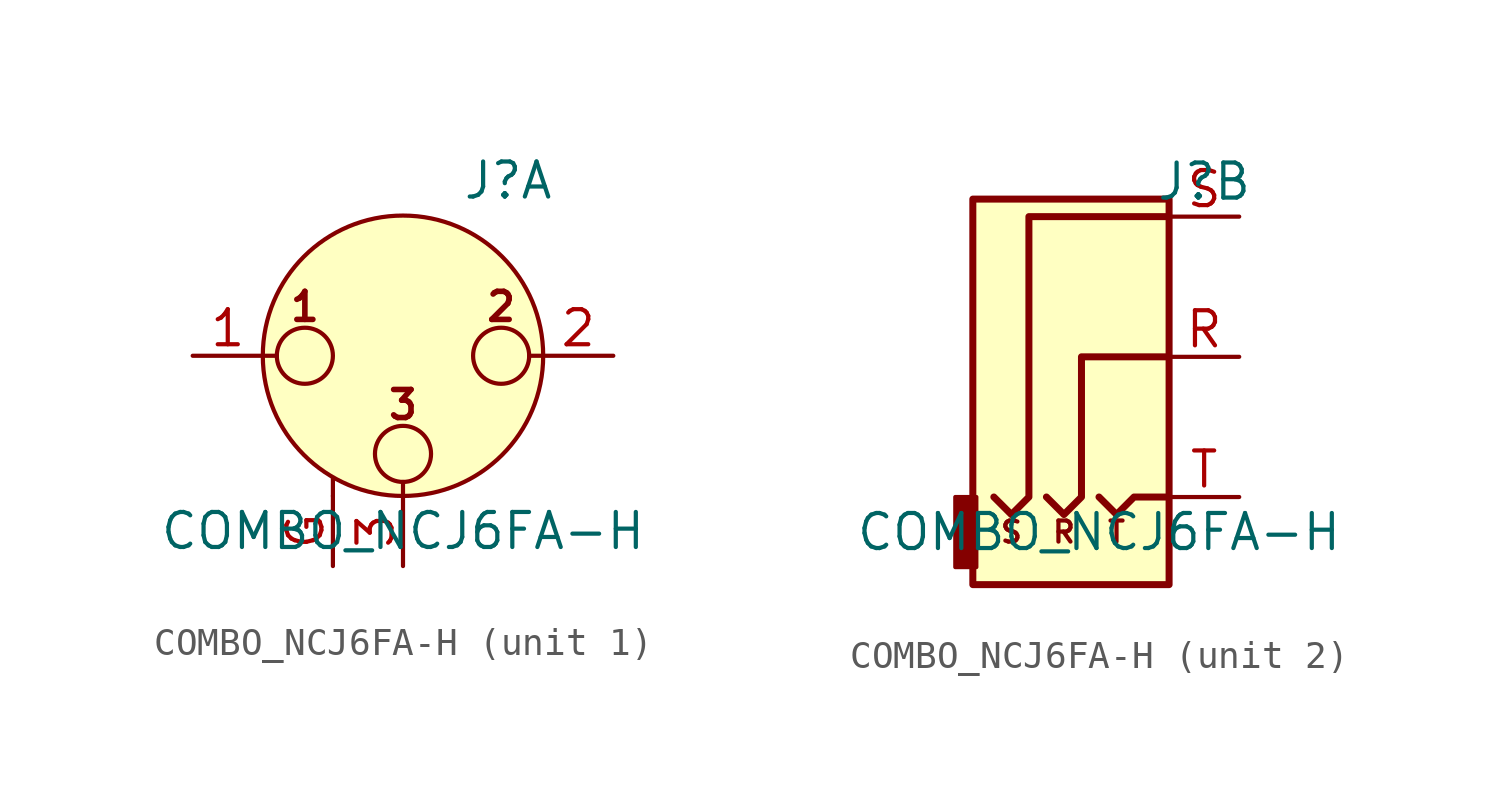
<source format=kicad_sym>
(kicad_symbol_lib
  (version 20241209)
  (generator "kicad_symbol_editor")
  (generator_version "9.0")
  (symbol "COMBO_NCJ6FA-H"
    (pin_names
      (hide yes))
    (property "Reference" "J"
      (at 3.81 6.35 0)
      (effects (font (size 1.27 1.27))))
    (property "Value" "COMBO_NCJ6FA-H"
      (at 0 -6.35 0)
      (effects (font (size 1.27 1.27))))
    (symbol "COMBO_NCJ6FA-H_1_1"
      (polyline (pts (xy -5.08 0) (xy -4.572 0)) (stroke (width 0) (type solid)) (fill (type none)))
      (circle (center -3.556 0) (radius 1.016) (stroke (width 0) (type solid)) (fill (type none)))
      (polyline (pts (xy -2.54 -5.08) (xy -2.54 -4.445)) (stroke (width 0) (type solid)) (fill (type none)))
      (circle (center 0 0) (radius 5.08) (stroke (width 0) (type solid)) (fill (type background)))
      (circle (center 0 -3.556) (radius 1.016) (stroke (width 0) (type solid)) (fill (type none)))
      (polyline (pts (xy 0 -5.08) (xy 0 -4.572)) (stroke (width 0) (type solid)) (fill (type none)))
      (circle (center 3.556 0) (radius 1.016) (stroke (width 0) (type solid)) (fill (type none)))
      (polyline (pts (xy 5.08 0) (xy 4.572 0)) (stroke (width 0) (type solid)) (fill (type none)))
      (text "1" (at -3.556 1.778 0) (effects (font (size 1.016 1.016) (bold yes))))
      (text "3" (at 0 -1.778 0) (effects (font (size 1.016 1.016) (bold yes))))
      (text "2" (at 3.556 1.778 0) (effects (font (size 1.016 1.016) (bold yes))))
      (pin passive line (at -7.62 0 0) (length 2.54) (name "~" (effects (font (size 1.27 1.27)))) (number "1" (effects (font (size 1.27 1.27)))))
      (pin passive line (at -2.54 -7.62 90) (length 2.54) (name "~" (effects (font (size 1.27 1.27)))) (number "G" (effects (font (size 1.27 1.27)))))
      (pin passive line (at 0 -7.62 90) (length 2.54) (name "~" (effects (font (size 1.27 1.27)))) (number "3" (effects (font (size 1.27 1.27)))))
      (pin passive line (at 7.62 0 180) (length 2.54) (name "~" (effects (font (size 1.27 1.27)))) (number "2" (effects (font (size 1.27 1.27))))))
    (symbol "COMBO_NCJ6FA-H_2_0"
      (text "S" (at -3.175 -6.35 0) (effects (font (size 0.762 0.762))))
      (text "R" (at -1.27 -6.35 0) (effects (font (size 0.762 0.762))))
      (text "T" (at 0.635 -6.35 0) (effects (font (size 0.762 0.762)))))
    (symbol "COMBO_NCJ6FA-H_2_1"
      (rectangle (start -4.445 -7.62) (end -5.207 -5.08) (stroke (width 0) (type solid)) (fill (type outline)))
      (polyline (pts (xy -1.905 -5.08) (xy -1.27 -5.715) (xy -0.635 -5.08) (xy -0.635 0) (xy 2.54 0)) (stroke (width 0.254) (type solid)) (fill (type none)))
      (polyline (pts (xy 0 -5.08) (xy 0.635 -5.715) (xy 1.27 -5.08) (xy 2.54 -5.08)) (stroke (width 0.254) (type solid)) (fill (type none)))
      (polyline (pts (xy 2.54 5.08) (xy -2.54 5.08) (xy -2.54 -5.08) (xy -3.175 -5.715) (xy -3.81 -5.08)) (stroke (width 0.254) (type solid)) (fill (type none)))
      (rectangle (start 2.54 -8.255) (end -4.572 5.715) (stroke (width 0.254) (type solid)) (fill (type background)))
      (pin passive line (at 5.08 5.08 180) (length 2.54) (name "~" (effects (font (size 1.27 1.27)))) (number "S" (effects (font (size 1.27 1.27)))))
      (pin passive line (at 5.08 0 180) (length 2.54) (name "~" (effects (font (size 1.27 1.27)))) (number "R" (effects (font (size 1.27 1.27)))))
      (pin passive line (at 5.08 -5.08 180) (length 2.54) (name "~" (effects (font (size 1.27 1.27)))) (number "T" (effects (font (size 1.27 1.27))))))))
</source>
